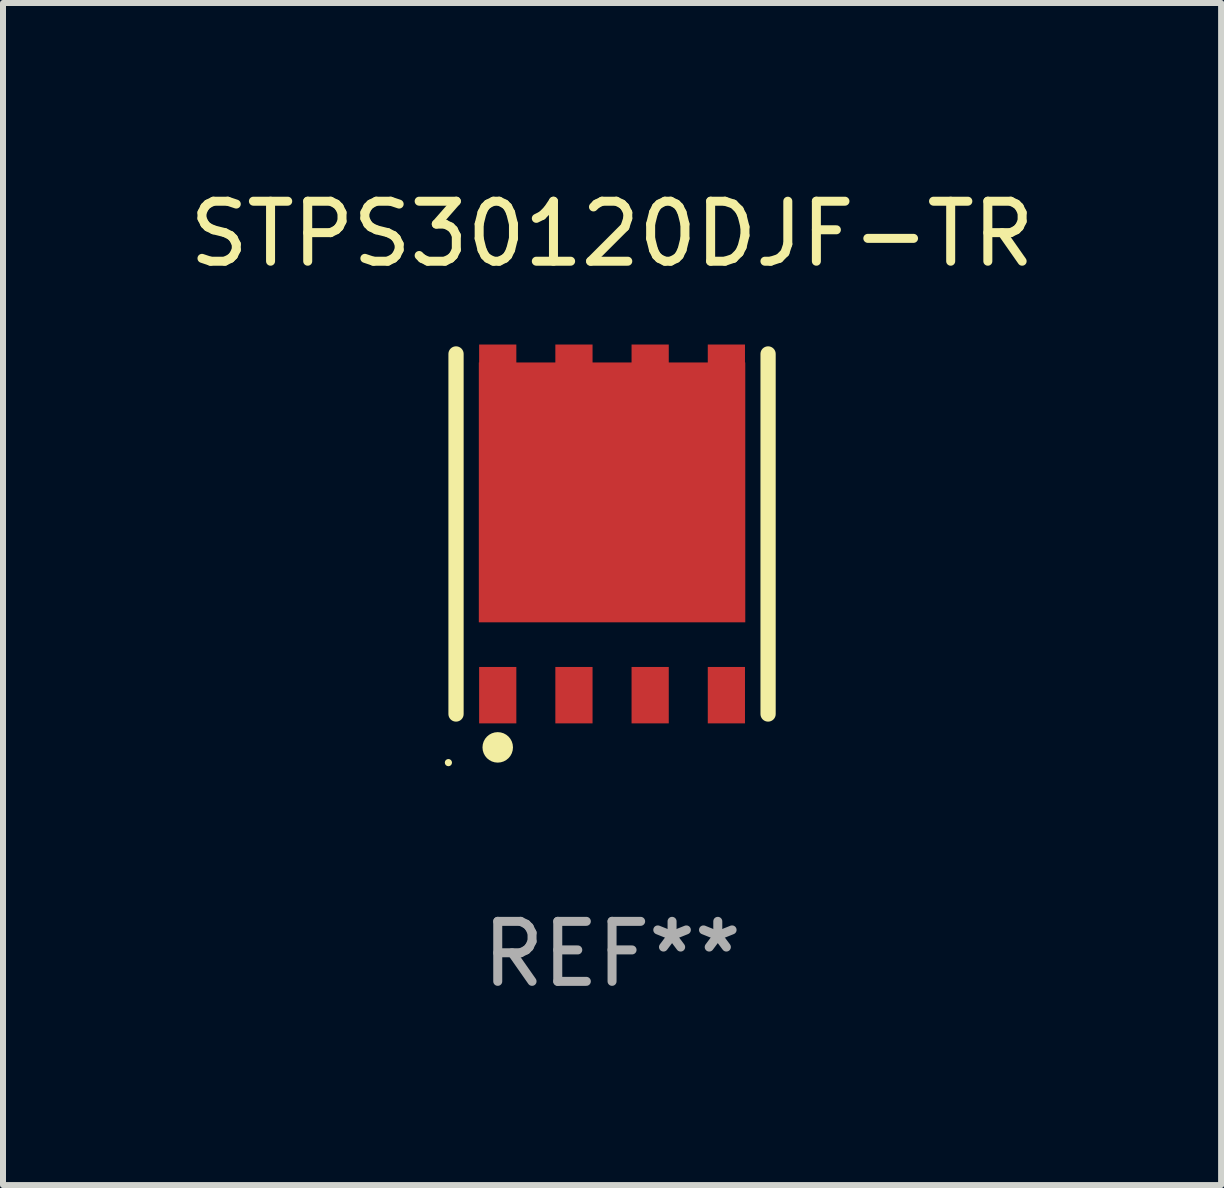
<source format=kicad_pcb>
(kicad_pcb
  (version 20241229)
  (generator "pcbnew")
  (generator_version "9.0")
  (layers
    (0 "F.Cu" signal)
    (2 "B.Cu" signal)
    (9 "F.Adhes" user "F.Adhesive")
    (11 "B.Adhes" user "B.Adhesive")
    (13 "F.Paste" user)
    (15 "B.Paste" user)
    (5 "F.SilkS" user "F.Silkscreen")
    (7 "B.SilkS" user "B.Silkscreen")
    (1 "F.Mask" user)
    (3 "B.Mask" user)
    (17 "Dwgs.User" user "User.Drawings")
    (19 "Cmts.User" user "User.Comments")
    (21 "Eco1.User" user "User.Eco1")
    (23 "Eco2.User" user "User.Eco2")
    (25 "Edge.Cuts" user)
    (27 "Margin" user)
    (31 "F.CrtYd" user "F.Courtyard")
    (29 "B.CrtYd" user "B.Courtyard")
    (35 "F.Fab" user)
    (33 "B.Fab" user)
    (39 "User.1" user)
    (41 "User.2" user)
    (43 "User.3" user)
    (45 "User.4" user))
  (footprint "STPS30120DJF-TR"
    (layer "F.Cu")
    (at 7.149 5.848)
    (property "Reference" "STPS30120DJF-TR" (at 0 -5 0) (layer "F.SilkS") (effects (font (size 1 1) (thickness 0.15))))
    (attr through_hole)
    (fp_line (start -2.6 -3) (end -2.6 3) (stroke (width 0.254) (type solid)) (layer "F.SilkS"))
    (fp_line (start 2.6 -3) (end 2.6 3) (stroke (width 0.254) (type solid)) (layer "F.SilkS"))
    (fp_circle (center -2.727 3.81) (end -2.697 3.81) (stroke (width 0.06) (type solid)) (fill no) (layer "F.SilkS"))
    (fp_circle (center -1.905 3.556) (end -1.778 3.556) (stroke (width 0.254) (type solid)) (fill no) (layer "F.SilkS"))
    (fp_text user "REF**" (at 0 7 0) (layer "F.Fab") (effects (font (size 1 1) (thickness 0.15))))
    (pad "1" smd rect (at -1.905 2.686) (size 0.62 0.94) (layers "F.Cu" "F.Mask" "F.Paste"))
    (pad "2" smd rect (at -0.635 2.686) (size 0.62 0.94) (layers "F.Cu" "F.Mask" "F.Paste"))
    (pad "3" smd rect (at 0.635 2.686) (size 0.62 0.94) (layers "F.Cu" "F.Mask" "F.Paste"))
    (pad "4" smd rect (at 1.905 2.686) (size 0.62 0.94) (layers "F.Cu" "F.Mask" "F.Paste"))
    (pad "5" smd rect (at 1.905 -2.687) (size 0.62 0.94) (layers "F.Cu" "F.Mask" "F.Paste"))
    (pad "6" smd rect (at 0.635 -2.687) (size 0.62 0.94) (layers "F.Cu" "F.Mask" "F.Paste"))
    (pad "7" smd rect (at -0.635 -2.687) (size 0.62 0.94) (layers "F.Cu" "F.Mask" "F.Paste"))
    (pad "8" smd rect (at -1.905 -2.687) (size 0.62 0.94) (layers "F.Cu" "F.Mask" "F.Paste"))
    (pad "8" smd rect (at 0 -0.693) (size 4.44 4.33) (layers "F.Cu" "F.Mask" "F.Paste")))
  (gr_rect
    (start -3 -3)
    (end 17.298 16.697)
    (stroke (width 0.1) (type default))
    (fill no)
    (layer "Edge.Cuts")))
</source>
